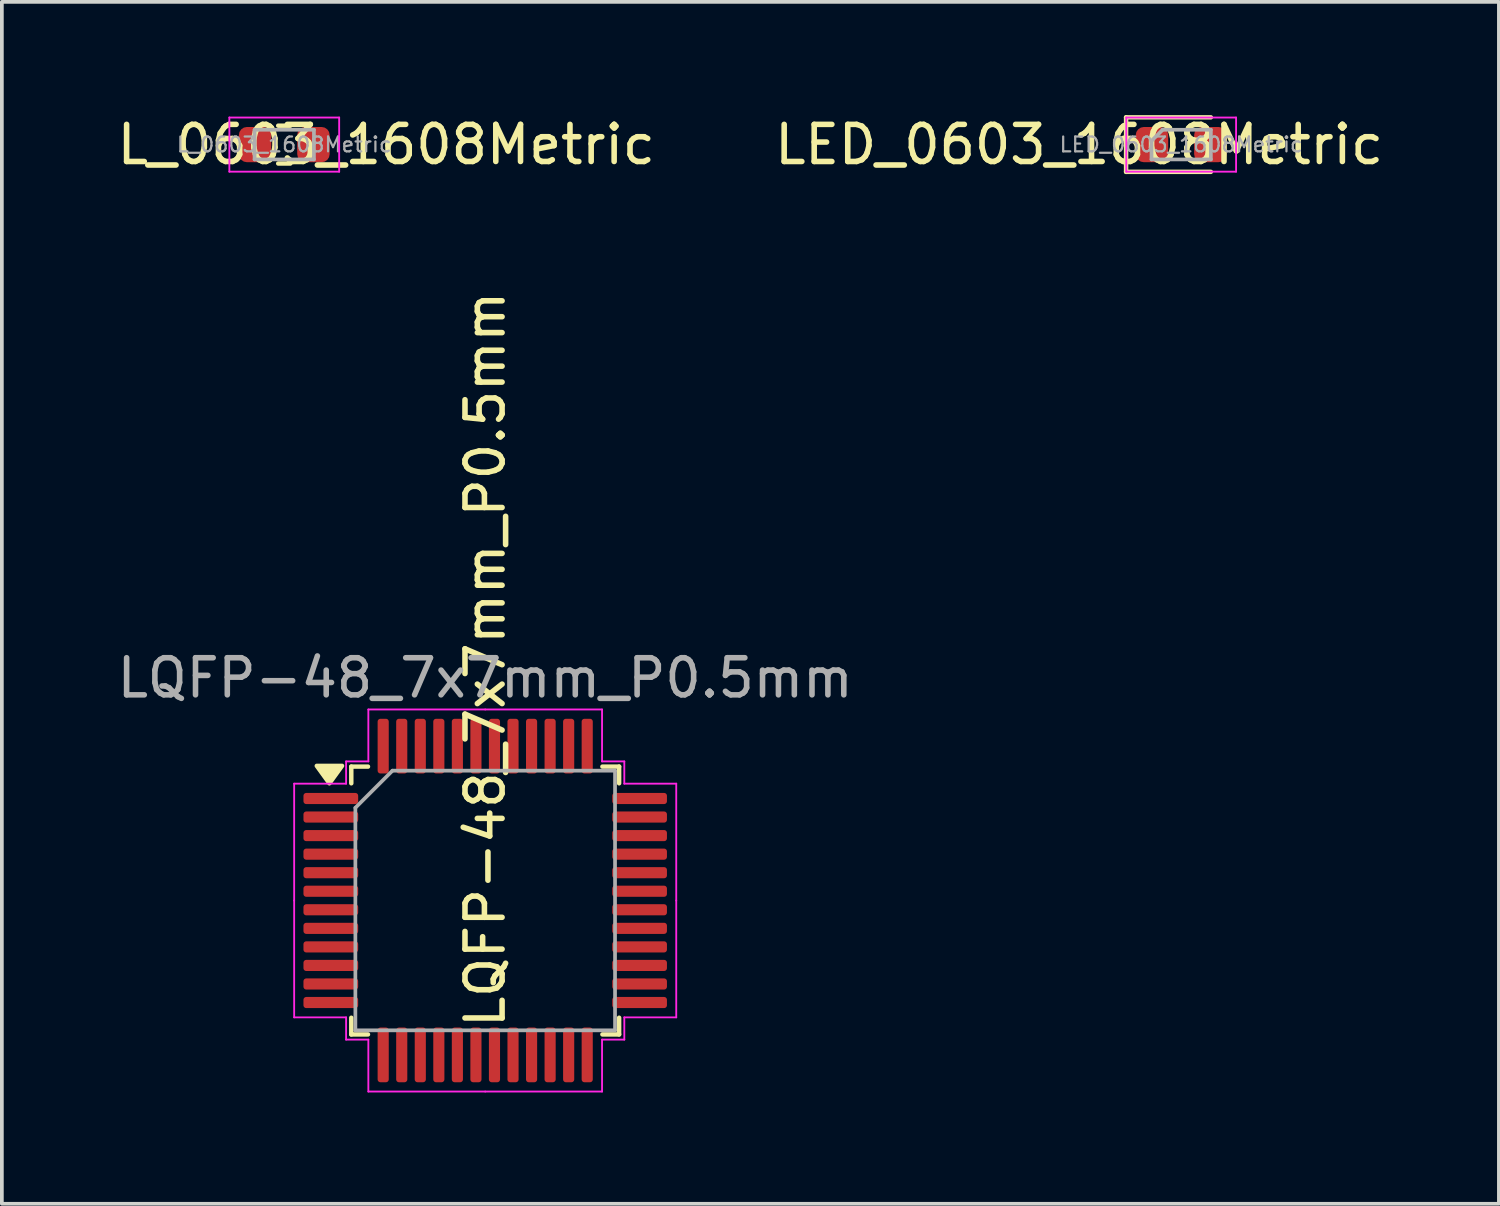
<source format=kicad_pcb>
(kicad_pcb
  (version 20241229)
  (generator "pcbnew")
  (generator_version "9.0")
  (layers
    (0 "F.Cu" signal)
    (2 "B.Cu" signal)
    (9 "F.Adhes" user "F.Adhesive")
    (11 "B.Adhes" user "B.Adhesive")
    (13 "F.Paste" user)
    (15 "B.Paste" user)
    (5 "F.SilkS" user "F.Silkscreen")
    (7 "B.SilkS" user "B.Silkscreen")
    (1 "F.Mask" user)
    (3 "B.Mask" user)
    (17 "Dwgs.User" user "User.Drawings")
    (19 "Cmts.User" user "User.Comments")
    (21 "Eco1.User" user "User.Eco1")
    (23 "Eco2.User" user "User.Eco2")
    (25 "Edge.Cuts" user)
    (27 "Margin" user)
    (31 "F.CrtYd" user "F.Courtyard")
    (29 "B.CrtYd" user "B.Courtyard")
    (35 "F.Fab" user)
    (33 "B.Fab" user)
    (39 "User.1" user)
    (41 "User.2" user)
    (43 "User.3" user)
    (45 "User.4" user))
  (footprint "L_0603_1608Metric"
    (layer "F.Cu")
    (at 4.613 0.848)
    (property "Reference" "L_0603_1608Metric" (at 2.75 0 0) (layer "F.SilkS") (effects (font (size 1 1) (thickness 0.15))))
    (attr smd)
    (fp_line (start -0.163 -0.51) (end 0.163 -0.51) (stroke (width 0.12) (type solid)) (layer "F.SilkS"))
    (fp_line (start -0.163 0.51) (end 0.163 0.51) (stroke (width 0.12) (type solid)) (layer "F.SilkS"))
    (fp_line (start -1.48 -0.73) (end 1.48 -0.73) (stroke (width 0.05) (type solid)) (layer "F.CrtYd"))
    (fp_line (start -1.48 0.73) (end -1.48 -0.73) (stroke (width 0.05) (type solid)) (layer "F.CrtYd"))
    (fp_line (start 1.48 -0.73) (end 1.48 0.73) (stroke (width 0.05) (type solid)) (layer "F.CrtYd"))
    (fp_line (start 1.48 0.73) (end -1.48 0.73) (stroke (width 0.05) (type solid)) (layer "F.CrtYd"))
    (fp_line (start -0.8 -0.4) (end 0.8 -0.4) (stroke (width 0.1) (type solid)) (layer "F.Fab"))
    (fp_line (start -0.8 0.4) (end -0.8 -0.4) (stroke (width 0.1) (type solid)) (layer "F.Fab"))
    (fp_line (start 0.8 -0.4) (end 0.8 0.4) (stroke (width 0.1) (type solid)) (layer "F.Fab"))
    (fp_line (start 0.8 0.4) (end -0.8 0.4) (stroke (width 0.1) (type solid)) (layer "F.Fab"))
    (fp_text user "${REFERENCE}" (at 0 0 0) (layer "F.Fab") (effects (font (size 0.4 0.4) (thickness 0.06))))
    (pad "1" smd roundrect (at -0.787 0 180) (size 0.875 0.95) (layers "F.Cu" "F.Mask" "F.Paste") (roundrect_rratio 0.25))
    (pad "2" smd roundrect (at 0.787 0 180) (size 0.875 0.95) (layers "F.Cu" "F.Mask" "F.Paste") (roundrect_rratio 0.25)))
  (footprint "LED_0603_1608Metric"
    (layer "F.Cu")
    (at 28.792 0.848)
    (property "Reference" "LED_0603_1608Metric" (at -2.75 0 0) (layer "F.SilkS") (effects (font (size 1 1) (thickness 0.15))))
    (attr smd)
    (fp_line (start -1.485 -0.735) (end -1.485 0.735) (stroke (width 0.12) (type solid)) (layer "F.SilkS"))
    (fp_line (start -1.485 0.735) (end 0.8 0.735) (stroke (width 0.12) (type solid)) (layer "F.SilkS"))
    (fp_line (start 0.8 -0.735) (end -1.485 -0.735) (stroke (width 0.12) (type solid)) (layer "F.SilkS"))
    (fp_line (start -1.48 -0.73) (end 1.48 -0.73) (stroke (width 0.05) (type solid)) (layer "F.CrtYd"))
    (fp_line (start -1.48 0.73) (end -1.48 -0.73) (stroke (width 0.05) (type solid)) (layer "F.CrtYd"))
    (fp_line (start 1.48 -0.73) (end 1.48 0.73) (stroke (width 0.05) (type solid)) (layer "F.CrtYd"))
    (fp_line (start 1.48 0.73) (end -1.48 0.73) (stroke (width 0.05) (type solid)) (layer "F.CrtYd"))
    (fp_line (start -0.8 -0.1) (end -0.8 0.4) (stroke (width 0.1) (type solid)) (layer "F.Fab"))
    (fp_line (start -0.8 0.4) (end 0.8 0.4) (stroke (width 0.1) (type solid)) (layer "F.Fab"))
    (fp_line (start -0.5 -0.4) (end -0.8 -0.1) (stroke (width 0.1) (type solid)) (layer "F.Fab"))
    (fp_line (start 0.8 -0.4) (end -0.5 -0.4) (stroke (width 0.1) (type solid)) (layer "F.Fab"))
    (fp_line (start 0.8 0.4) (end 0.8 -0.4) (stroke (width 0.1) (type solid)) (layer "F.Fab"))
    (fp_text user "${REFERENCE}" (at 0 0 0) (layer "F.Fab") (effects (font (size 0.4 0.4) (thickness 0.06))))
    (pad "1" smd roundrect (at -0.787 0 180) (size 0.875 0.95) (layers "F.Cu" "F.Mask" "F.Paste") (roundrect_rratio 0.25))
    (pad "2" smd roundrect (at 0.787 0 180) (size 0.875 0.95) (layers "F.Cu" "F.Mask" "F.Paste") (roundrect_rratio 0.25)))
  (footprint "LQFP-48_7x7mm_P0.5mm"
    (layer "F.Cu")
    (at 10.03 21.226)
    (property "Reference" "LQFP-48_7x7mm_P0.5mm" (at 0 -6.5 90) (layer "F.SilkS") (effects (font (size 1 1) (thickness 0.15))))
    (attr smd)
    (fp_line (start -3.61 -3.61) (end -3.61 -3.16) (stroke (width 0.12) (type solid)) (layer "F.SilkS"))
    (fp_line (start -3.61 3.61) (end -3.61 3.16) (stroke (width 0.12) (type solid)) (layer "F.SilkS"))
    (fp_line (start -3.16 -3.61) (end -3.61 -3.61) (stroke (width 0.12) (type solid)) (layer "F.SilkS"))
    (fp_line (start -3.16 3.61) (end -3.61 3.61) (stroke (width 0.12) (type solid)) (layer "F.SilkS"))
    (fp_line (start 3.16 -3.61) (end 3.61 -3.61) (stroke (width 0.12) (type solid)) (layer "F.SilkS"))
    (fp_line (start 3.16 3.61) (end 3.61 3.61) (stroke (width 0.12) (type solid)) (layer "F.SilkS"))
    (fp_line (start 3.61 -3.61) (end 3.61 -3.16) (stroke (width 0.12) (type solid)) (layer "F.SilkS"))
    (fp_line (start 3.61 3.61) (end 3.61 3.16) (stroke (width 0.12) (type solid)) (layer "F.SilkS"))
    (fp_poly (pts (xy -4.2 -3.16) (xy -4.54 -3.63) (xy -3.86 -3.63) (xy -4.2 -3.16)) (stroke (width 0.12) (type solid)) (fill yes) (layer "F.SilkS"))
    (fp_line (start -5.15 -3.15) (end -5.15 0) (stroke (width 0.05) (type solid)) (layer "F.CrtYd"))
    (fp_line (start -5.15 3.15) (end -5.15 0) (stroke (width 0.05) (type solid)) (layer "F.CrtYd"))
    (fp_line (start -3.75 -3.75) (end -3.75 -3.15) (stroke (width 0.05) (type solid)) (layer "F.CrtYd"))
    (fp_line (start -3.75 -3.15) (end -5.15 -3.15) (stroke (width 0.05) (type solid)) (layer "F.CrtYd"))
    (fp_line (start -3.75 3.15) (end -5.15 3.15) (stroke (width 0.05) (type solid)) (layer "F.CrtYd"))
    (fp_line (start -3.75 3.75) (end -3.75 3.15) (stroke (width 0.05) (type solid)) (layer "F.CrtYd"))
    (fp_line (start -3.15 -5.15) (end -3.15 -3.75) (stroke (width 0.05) (type solid)) (layer "F.CrtYd"))
    (fp_line (start -3.15 -3.75) (end -3.75 -3.75) (stroke (width 0.05) (type solid)) (layer "F.CrtYd"))
    (fp_line (start -3.15 3.75) (end -3.75 3.75) (stroke (width 0.05) (type solid)) (layer "F.CrtYd"))
    (fp_line (start -3.15 5.15) (end -3.15 3.75) (stroke (width 0.05) (type solid)) (layer "F.CrtYd"))
    (fp_line (start 0 -5.15) (end -3.15 -5.15) (stroke (width 0.05) (type solid)) (layer "F.CrtYd"))
    (fp_line (start 0 -5.15) (end 3.15 -5.15) (stroke (width 0.05) (type solid)) (layer "F.CrtYd"))
    (fp_line (start 0 5.15) (end -3.15 5.15) (stroke (width 0.05) (type solid)) (layer "F.CrtYd"))
    (fp_line (start 0 5.15) (end 3.15 5.15) (stroke (width 0.05) (type solid)) (layer "F.CrtYd"))
    (fp_line (start 3.15 -5.15) (end 3.15 -3.75) (stroke (width 0.05) (type solid)) (layer "F.CrtYd"))
    (fp_line (start 3.15 -3.75) (end 3.75 -3.75) (stroke (width 0.05) (type solid)) (layer "F.CrtYd"))
    (fp_line (start 3.15 3.75) (end 3.75 3.75) (stroke (width 0.05) (type solid)) (layer "F.CrtYd"))
    (fp_line (start 3.15 5.15) (end 3.15 3.75) (stroke (width 0.05) (type solid)) (layer "F.CrtYd"))
    (fp_line (start 3.75 -3.75) (end 3.75 -3.15) (stroke (width 0.05) (type solid)) (layer "F.CrtYd"))
    (fp_line (start 3.75 -3.15) (end 5.15 -3.15) (stroke (width 0.05) (type solid)) (layer "F.CrtYd"))
    (fp_line (start 3.75 3.15) (end 5.15 3.15) (stroke (width 0.05) (type solid)) (layer "F.CrtYd"))
    (fp_line (start 3.75 3.75) (end 3.75 3.15) (stroke (width 0.05) (type solid)) (layer "F.CrtYd"))
    (fp_line (start 5.15 -3.15) (end 5.15 0) (stroke (width 0.05) (type solid)) (layer "F.CrtYd"))
    (fp_line (start 5.15 3.15) (end 5.15 0) (stroke (width 0.05) (type solid)) (layer "F.CrtYd"))
    (fp_line (start -3.5 -2.5) (end -2.5 -3.5) (stroke (width 0.1) (type solid)) (layer "F.Fab"))
    (fp_line (start -3.5 3.5) (end -3.5 -2.5) (stroke (width 0.1) (type solid)) (layer "F.Fab"))
    (fp_line (start -2.5 -3.5) (end 3.5 -3.5) (stroke (width 0.1) (type solid)) (layer "F.Fab"))
    (fp_line (start 3.5 -3.5) (end 3.5 3.5) (stroke (width 0.1) (type solid)) (layer "F.Fab"))
    (fp_line (start 3.5 3.5) (end -3.5 3.5) (stroke (width 0.1) (type solid)) (layer "F.Fab"))
    (fp_text user "${REFERENCE}" (at 0 -6 0) (layer "F.Fab") (effects (font (size 1 1) (thickness 0.15))))
    (pad "1" smd roundrect (at -4.162 -2.75) (size 1.475 0.3) (layers "F.Cu" "F.Mask" "F.Paste") (roundrect_rratio 0.25))
    (pad "2" smd roundrect (at -4.162 -2.25) (size 1.475 0.3) (layers "F.Cu" "F.Mask" "F.Paste") (roundrect_rratio 0.25))
    (pad "3" smd roundrect (at -4.162 -1.75) (size 1.475 0.3) (layers "F.Cu" "F.Mask" "F.Paste") (roundrect_rratio 0.25))
    (pad "4" smd roundrect (at -4.162 -1.25) (size 1.475 0.3) (layers "F.Cu" "F.Mask" "F.Paste") (roundrect_rratio 0.25))
    (pad "5" smd roundrect (at -4.162 -0.75) (size 1.475 0.3) (layers "F.Cu" "F.Mask" "F.Paste") (roundrect_rratio 0.25))
    (pad "6" smd roundrect (at -4.162 -0.25) (size 1.475 0.3) (layers "F.Cu" "F.Mask" "F.Paste") (roundrect_rratio 0.25))
    (pad "7" smd roundrect (at -4.162 0.25) (size 1.475 0.3) (layers "F.Cu" "F.Mask" "F.Paste") (roundrect_rratio 0.25))
    (pad "8" smd roundrect (at -4.162 0.75) (size 1.475 0.3) (layers "F.Cu" "F.Mask" "F.Paste") (roundrect_rratio 0.25))
    (pad "9" smd roundrect (at -4.162 1.25) (size 1.475 0.3) (layers "F.Cu" "F.Mask" "F.Paste") (roundrect_rratio 0.25))
    (pad "10" smd roundrect (at -4.162 1.75) (size 1.475 0.3) (layers "F.Cu" "F.Mask" "F.Paste") (roundrect_rratio 0.25))
    (pad "11" smd roundrect (at -4.162 2.25) (size 1.475 0.3) (layers "F.Cu" "F.Mask" "F.Paste") (roundrect_rratio 0.25))
    (pad "12" smd roundrect (at -4.162 2.75) (size 1.475 0.3) (layers "F.Cu" "F.Mask" "F.Paste") (roundrect_rratio 0.25))
    (pad "13" smd roundrect (at -2.75 4.162) (size 0.3 1.475) (layers "F.Cu" "F.Mask" "F.Paste") (roundrect_rratio 0.25))
    (pad "14" smd roundrect (at -2.25 4.162) (size 0.3 1.475) (layers "F.Cu" "F.Mask" "F.Paste") (roundrect_rratio 0.25))
    (pad "15" smd roundrect (at -1.75 4.162) (size 0.3 1.475) (layers "F.Cu" "F.Mask" "F.Paste") (roundrect_rratio 0.25))
    (pad "16" smd roundrect (at -1.25 4.162) (size 0.3 1.475) (layers "F.Cu" "F.Mask" "F.Paste") (roundrect_rratio 0.25))
    (pad "17" smd roundrect (at -0.75 4.162) (size 0.3 1.475) (layers "F.Cu" "F.Mask" "F.Paste") (roundrect_rratio 0.25))
    (pad "18" smd roundrect (at -0.25 4.162) (size 0.3 1.475) (layers "F.Cu" "F.Mask" "F.Paste") (roundrect_rratio 0.25))
    (pad "19" smd roundrect (at 0.25 4.162) (size 0.3 1.475) (layers "F.Cu" "F.Mask" "F.Paste") (roundrect_rratio 0.25))
    (pad "20" smd roundrect (at 0.75 4.162) (size 0.3 1.475) (layers "F.Cu" "F.Mask" "F.Paste") (roundrect_rratio 0.25))
    (pad "21" smd roundrect (at 1.25 4.162) (size 0.3 1.475) (layers "F.Cu" "F.Mask" "F.Paste") (roundrect_rratio 0.25))
    (pad "22" smd roundrect (at 1.75 4.162) (size 0.3 1.475) (layers "F.Cu" "F.Mask" "F.Paste") (roundrect_rratio 0.25))
    (pad "23" smd roundrect (at 2.25 4.162) (size 0.3 1.475) (layers "F.Cu" "F.Mask" "F.Paste") (roundrect_rratio 0.25))
    (pad "24" smd roundrect (at 2.75 4.162) (size 0.3 1.475) (layers "F.Cu" "F.Mask" "F.Paste") (roundrect_rratio 0.25))
    (pad "25" smd roundrect (at 4.162 2.75) (size 1.475 0.3) (layers "F.Cu" "F.Mask" "F.Paste") (roundrect_rratio 0.25))
    (pad "26" smd roundrect (at 4.162 2.25) (size 1.475 0.3) (layers "F.Cu" "F.Mask" "F.Paste") (roundrect_rratio 0.25))
    (pad "27" smd roundrect (at 4.162 1.75) (size 1.475 0.3) (layers "F.Cu" "F.Mask" "F.Paste") (roundrect_rratio 0.25))
    (pad "28" smd roundrect (at 4.162 1.25) (size 1.475 0.3) (layers "F.Cu" "F.Mask" "F.Paste") (roundrect_rratio 0.25))
    (pad "29" smd roundrect (at 4.162 0.75) (size 1.475 0.3) (layers "F.Cu" "F.Mask" "F.Paste") (roundrect_rratio 0.25))
    (pad "30" smd roundrect (at 4.162 0.25) (size 1.475 0.3) (layers "F.Cu" "F.Mask" "F.Paste") (roundrect_rratio 0.25))
    (pad "31" smd roundrect (at 4.162 -0.25) (size 1.475 0.3) (layers "F.Cu" "F.Mask" "F.Paste") (roundrect_rratio 0.25))
    (pad "32" smd roundrect (at 4.162 -0.75) (size 1.475 0.3) (layers "F.Cu" "F.Mask" "F.Paste") (roundrect_rratio 0.25))
    (pad "33" smd roundrect (at 4.162 -1.25) (size 1.475 0.3) (layers "F.Cu" "F.Mask" "F.Paste") (roundrect_rratio 0.25))
    (pad "34" smd roundrect (at 4.162 -1.75) (size 1.475 0.3) (layers "F.Cu" "F.Mask" "F.Paste") (roundrect_rratio 0.25))
    (pad "35" smd roundrect (at 4.162 -2.25) (size 1.475 0.3) (layers "F.Cu" "F.Mask" "F.Paste") (roundrect_rratio 0.25))
    (pad "36" smd roundrect (at 4.162 -2.75) (size 1.475 0.3) (layers "F.Cu" "F.Mask" "F.Paste") (roundrect_rratio 0.25))
    (pad "37" smd roundrect (at 2.75 -4.162) (size 0.3 1.475) (layers "F.Cu" "F.Mask" "F.Paste") (roundrect_rratio 0.25))
    (pad "38" smd roundrect (at 2.25 -4.162) (size 0.3 1.475) (layers "F.Cu" "F.Mask" "F.Paste") (roundrect_rratio 0.25))
    (pad "39" smd roundrect (at 1.75 -4.162) (size 0.3 1.475) (layers "F.Cu" "F.Mask" "F.Paste") (roundrect_rratio 0.25))
    (pad "40" smd roundrect (at 1.25 -4.162) (size 0.3 1.475) (layers "F.Cu" "F.Mask" "F.Paste") (roundrect_rratio 0.25))
    (pad "41" smd roundrect (at 0.75 -4.162) (size 0.3 1.475) (layers "F.Cu" "F.Mask" "F.Paste") (roundrect_rratio 0.25))
    (pad "42" smd roundrect (at 0.25 -4.162) (size 0.3 1.475) (layers "F.Cu" "F.Mask" "F.Paste") (roundrect_rratio 0.25))
    (pad "43" smd roundrect (at -0.25 -4.162) (size 0.3 1.475) (layers "F.Cu" "F.Mask" "F.Paste") (roundrect_rratio 0.25))
    (pad "44" smd roundrect (at -0.75 -4.162) (size 0.3 1.475) (layers "F.Cu" "F.Mask" "F.Paste") (roundrect_rratio 0.25))
    (pad "45" smd roundrect (at -1.25 -4.162) (size 0.3 1.475) (layers "F.Cu" "F.Mask" "F.Paste") (roundrect_rratio 0.25))
    (pad "46" smd roundrect (at -1.75 -4.162) (size 0.3 1.475) (layers "F.Cu" "F.Mask" "F.Paste") (roundrect_rratio 0.25))
    (pad "47" smd roundrect (at -2.25 -4.162) (size 0.3 1.475) (layers "F.Cu" "F.Mask" "F.Paste") (roundrect_rratio 0.25))
    (pad "48" smd roundrect (at -2.75 -4.162) (size 0.3 1.475) (layers "F.Cu" "F.Mask" "F.Paste") (roundrect_rratio 0.25)))
  (gr_rect
    (start -3 -3)
    (end 37.357 29.401)
    (stroke (width 0.1) (type default))
    (fill no)
    (layer "Edge.Cuts")))
</source>
